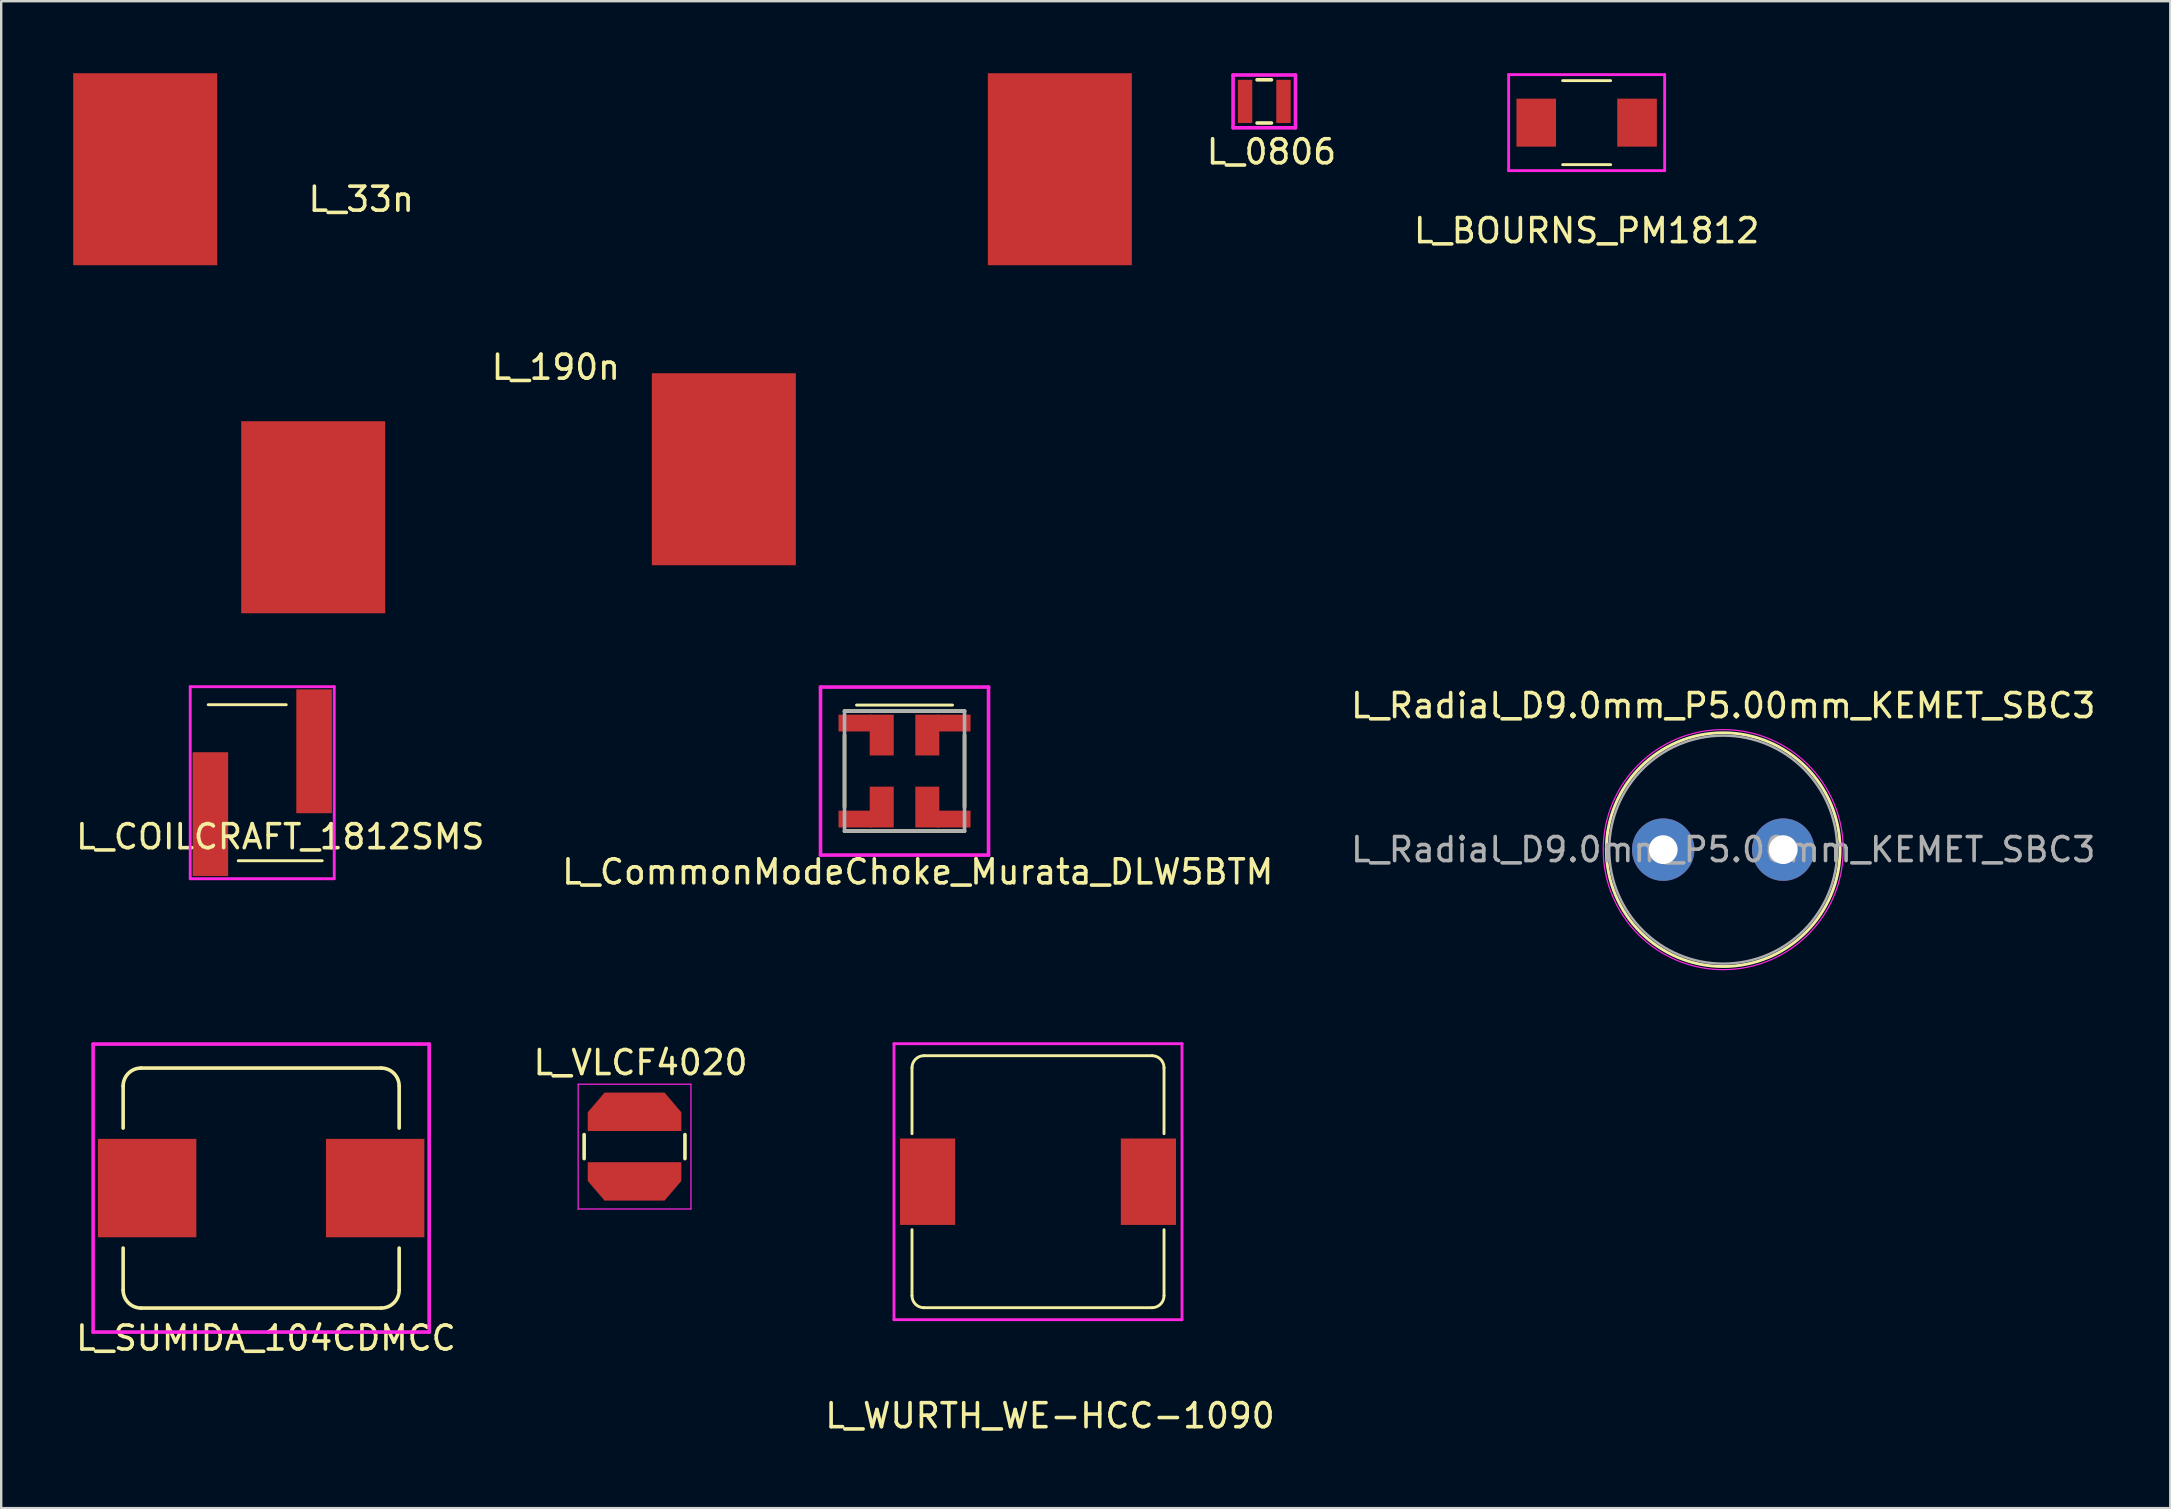
<source format=kicad_pcb>
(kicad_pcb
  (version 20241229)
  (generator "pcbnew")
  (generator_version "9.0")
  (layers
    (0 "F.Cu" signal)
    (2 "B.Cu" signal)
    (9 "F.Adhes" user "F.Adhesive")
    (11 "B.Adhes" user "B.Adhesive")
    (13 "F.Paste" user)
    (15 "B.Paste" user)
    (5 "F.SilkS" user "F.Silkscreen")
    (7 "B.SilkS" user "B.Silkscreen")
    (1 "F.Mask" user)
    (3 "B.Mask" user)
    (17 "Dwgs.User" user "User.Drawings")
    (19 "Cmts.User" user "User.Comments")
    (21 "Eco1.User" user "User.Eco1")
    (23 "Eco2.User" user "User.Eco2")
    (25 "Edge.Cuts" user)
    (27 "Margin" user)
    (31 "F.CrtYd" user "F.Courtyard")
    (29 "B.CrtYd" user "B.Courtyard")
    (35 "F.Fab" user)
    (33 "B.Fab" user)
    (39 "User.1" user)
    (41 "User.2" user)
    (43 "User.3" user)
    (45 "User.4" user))
  (footprint "L_Radial_D9.0mm_P5.00mm_KEMET_SBC3"
    (layer "F.Cu")
    (at 68.744 32.348)
    (property "Reference" "L_Radial_D9.0mm_P5.00mm_KEMET_SBC3" (at 0 -6 0) (layer "F.SilkS") (effects (font (size 1 1) (thickness 0.15))))
    (attr through_hole)
    (fp_circle (center 0 0) (end 4.87 0) (stroke (width 0.12) (type solid)) (fill no) (layer "F.SilkS"))
    (fp_circle (center 0 0) (end 5 0) (stroke (width 0.05) (type solid)) (fill no) (layer "F.CrtYd"))
    (fp_circle (center 0 0) (end 4.75 0) (stroke (width 0.1) (type solid)) (fill no) (layer "F.Fab"))
    (fp_text user "${REFERENCE}" (at 0 0 0) (layer "F.Fab") (effects (font (size 1 1) (thickness 0.15))))
    (pad "1" thru_hole circle (at -2.5 0) (size 2.6 2.6) (drill 1.2) (layers "*.Cu" "*.Mask"))
    (pad "2" thru_hole circle (at 2.5 0) (size 2.6 2.6) (drill 1.2) (layers "*.Cu" "*.Mask")))
  (footprint "L_SUMIDA_104CDMCC"
    (layer "F.Cu")
    (at 7.83 46.448)
    (property "Reference" "L_SUMIDA_104CDMCC" (at 0.2 6.25 0) (layer "F.SilkS") (effects (font (size 1 1) (thickness 0.15))))
    (attr through_hole)
    (fp_line (start -5.75 -4.25) (end -5.75 -2.5) (stroke (width 0.15) (type solid)) (layer "F.SilkS"))
    (fp_line (start -5.75 4.25) (end -5.75 2.5) (stroke (width 0.15) (type solid)) (layer "F.SilkS"))
    (fp_line (start -5 -5) (end 5 -5) (stroke (width 0.15) (type solid)) (layer "F.SilkS"))
    (fp_line (start 5 5) (end -5 5) (stroke (width 0.15) (type solid)) (layer "F.SilkS"))
    (fp_line (start 5.75 -4.25) (end 5.75 -2.5) (stroke (width 0.15) (type solid)) (layer "F.SilkS"))
    (fp_line (start 5.75 4.25) (end 5.75 2.5) (stroke (width 0.15) (type solid)) (layer "F.SilkS"))
    (fp_arc (start -5.75 -4.25) (mid -5.53033 -4.78033) (end -5 -5) (stroke (width 0.15) (type solid)) (layer "F.SilkS"))
    (fp_arc (start -5 5) (mid -5.53033 4.78033) (end -5.75 4.25) (stroke (width 0.15) (type solid)) (layer "F.SilkS"))
    (fp_arc (start 5 -5) (mid 5.53033 -4.78033) (end 5.75 -4.25) (stroke (width 0.15) (type solid)) (layer "F.SilkS"))
    (fp_arc (start 5.75 4.25) (mid 5.53033 4.78033) (end 5 5) (stroke (width 0.15) (type solid)) (layer "F.SilkS"))
    (fp_line (start -7 -6) (end -7 6) (stroke (width 0.15) (type solid)) (layer "F.CrtYd"))
    (fp_line (start -7 6) (end 7 6) (stroke (width 0.15) (type solid)) (layer "F.CrtYd"))
    (fp_line (start 7 -6) (end -7 -6) (stroke (width 0.15) (type solid)) (layer "F.CrtYd"))
    (fp_line (start 7 6) (end 7 -6) (stroke (width 0.15) (type solid)) (layer "F.CrtYd"))
    (pad "1" smd rect (at -4.75 0 180) (size 4.1 4.1) (layers "F.Cu" "F.Mask" "F.Paste"))
    (pad "2" smd rect (at 4.75 0 180) (size 4.1 4.1) (layers "F.Cu" "F.Mask" "F.Paste")))
  (footprint "L_33n"
    (layer "F.Cu")
    (at 6.5 11.25)
    (property "Reference" "L_33n" (at 5.5 -6 0) (layer "F.SilkS") (effects (font (size 1 1) (thickness 0.15))))
    (attr through_hole)
    (pad "1" smd rect (at -3.5 -7.25) (size 6 8) (layers "F.Cu" "F.Mask" "F.Paste"))
    (pad "2" smd rect (at 3.5 7.25) (size 6 8) (layers "F.Cu" "F.Mask" "F.Paste")))
  (footprint "L_COILCRAFT_1812SMS"
    (layer "F.Cu")
    (at 7.875 29.56)
    (property "Reference" "L_COILCRAFT_1812SMS" (at 0.75 2.25 0) (layer "F.SilkS") (effects (font (size 1 1) (thickness 0.15))))
    (attr through_hole)
    (fp_line (start -2.25 -3.25) (end 1 -3.25) (stroke (width 0.12) (type solid)) (layer "F.SilkS"))
    (fp_line (start 2.5 3.25) (end -1 3.25) (stroke (width 0.12) (type solid)) (layer "F.SilkS"))
    (fp_line (start -3 -4) (end 3 -4) (stroke (width 0.12) (type solid)) (layer "F.CrtYd"))
    (fp_line (start -3 4) (end -3 -4) (stroke (width 0.12) (type solid)) (layer "F.CrtYd"))
    (fp_line (start 3 -4) (end 3 4) (stroke (width 0.12) (type solid)) (layer "F.CrtYd"))
    (fp_line (start 3 4) (end -3 4) (stroke (width 0.12) (type solid)) (layer "F.CrtYd"))
    (pad "1" smd rect (at -2.16 1.31) (size 1.48 5.16) (layers "F.Cu" "F.Mask" "F.Paste"))
    (pad "2" smd rect (at 2.16 -1.31) (size 1.48 5.16) (layers "F.Cu" "F.Mask" "F.Paste")))
  (footprint "L_WURTH_WE-HCC-1090"
    (layer "F.Cu")
    (at 40.196 46.183)
    (property "Reference" "L_WURTH_WE-HCC-1090" (at 0.5 9.75 0) (layer "F.SilkS") (effects (font (size 1 1) (thickness 0.15))))
    (attr through_hole)
    (fp_line (start -5.25 -4.75) (end -5.25 -2) (stroke (width 0.12) (type solid)) (layer "F.SilkS"))
    (fp_line (start -5.25 2) (end -5.25 4.75) (stroke (width 0.12) (type solid)) (layer "F.SilkS"))
    (fp_line (start -4.75 -5.25) (end 4.75 -5.25) (stroke (width 0.12) (type solid)) (layer "F.SilkS"))
    (fp_line (start -4.75 5.25) (end 4.75 5.25) (stroke (width 0.12) (type solid)) (layer "F.SilkS"))
    (fp_line (start 5.25 -4.75) (end 5.25 -2) (stroke (width 0.12) (type solid)) (layer "F.SilkS"))
    (fp_line (start 5.25 2) (end 5.25 4.75) (stroke (width 0.12) (type solid)) (layer "F.SilkS"))
    (fp_arc (start -5.25 -4.75) (mid -5.103553 -5.103553) (end -4.75 -5.25) (stroke (width 0.12) (type solid)) (layer "F.SilkS"))
    (fp_arc (start -4.75 5.25) (mid -5.103553 5.103553) (end -5.25 4.75) (stroke (width 0.12) (type solid)) (layer "F.SilkS"))
    (fp_arc (start 4.75 -5.25) (mid 5.103553 -5.103553) (end 5.25 -4.75) (stroke (width 0.12) (type solid)) (layer "F.SilkS"))
    (fp_arc (start 5.25 4.75) (mid 5.103553 5.103553) (end 4.75 5.25) (stroke (width 0.12) (type solid)) (layer "F.SilkS"))
    (fp_line (start -6 -5.75) (end -6 5.75) (stroke (width 0.12) (type solid)) (layer "F.CrtYd"))
    (fp_line (start -6 5.75) (end 6 5.75) (stroke (width 0.12) (type solid)) (layer "F.CrtYd"))
    (fp_line (start 6 -5.75) (end -6 -5.75) (stroke (width 0.12) (type solid)) (layer "F.CrtYd"))
    (fp_line (start 6 5.75) (end 6 -5.75) (stroke (width 0.12) (type solid)) (layer "F.CrtYd"))
    (pad "1" smd rect (at -4.6 0) (size 2.3 3.6) (layers "F.Cu" "F.Mask" "F.Paste"))
    (pad "2" smd rect (at 4.6 0) (size 2.3 3.6) (layers "F.Cu" "F.Mask" "F.Paste")))
  (footprint "L_190n"
    (layer "F.Cu")
    (at 34.107 10.25)
    (property "Reference" "L_190n" (at -14 2 0) (layer "F.SilkS") (effects (font (size 1 1) (thickness 0.15))))
    (attr through_hole)
    (pad "1" smd rect (at 7 -6.25) (size 6 8) (layers "F.Cu" "F.Mask" "F.Paste"))
    (pad "2" smd rect (at -7 6.25) (size 6 8) (layers "F.Cu" "F.Mask" "F.Paste")))
  (footprint "L_BOURNS_PM1812"
    (layer "F.Cu")
    (at 63.054 2.06)
    (property "Reference" "L_BOURNS_PM1812" (at 0 4.5 0) (layer "F.SilkS") (effects (font (size 1 1) (thickness 0.15))))
    (attr through_hole)
    (fp_line (start -1 -1.75) (end 1 -1.75) (stroke (width 0.12) (type solid)) (layer "F.SilkS"))
    (fp_line (start -1 1.75) (end 1 1.75) (stroke (width 0.12) (type solid)) (layer "F.SilkS"))
    (fp_line (start -3.25 -2) (end -3.25 2) (stroke (width 0.12) (type solid)) (layer "F.CrtYd"))
    (fp_line (start -3.25 2) (end 3.25 2) (stroke (width 0.12) (type solid)) (layer "F.CrtYd"))
    (fp_line (start 3.25 -2) (end -3.25 -2) (stroke (width 0.12) (type solid)) (layer "F.CrtYd"))
    (fp_line (start 3.25 2) (end 3.25 -2) (stroke (width 0.12) (type solid)) (layer "F.CrtYd"))
    (pad "1" smd rect (at -2.1 0) (size 1.65 2) (layers "F.Cu" "F.Mask" "F.Paste"))
    (pad "2" smd rect (at 2.1 0) (size 1.65 2) (layers "F.Cu" "F.Mask" "F.Paste")))
  (footprint "L_VLCF4020"
    (layer "F.Cu")
    (at 23.387 44.721)
    (property "Reference" "L_VLCF4020" (at 0.25 -3.5 0) (layer "F.SilkS") (effects (font (size 1 1) (thickness 0.15))))
    (attr through_hole)
    (fp_line (start -2.1 -0.5) (end -2.1 0.5) (stroke (width 0.15) (type solid)) (layer "F.SilkS"))
    (fp_line (start 2.1 -0.5) (end 2.1 0.5) (stroke (width 0.15) (type solid)) (layer "F.SilkS"))
    (fp_line (start -2.35 -2.6) (end 2.35 -2.6) (stroke (width 0.05) (type solid)) (layer "F.CrtYd"))
    (fp_line (start -2.35 2.6) (end -2.35 -2.6) (stroke (width 0.05) (type solid)) (layer "F.CrtYd"))
    (fp_line (start 2.35 -2.6) (end 2.35 2.6) (stroke (width 0.05) (type solid)) (layer "F.CrtYd"))
    (fp_line (start 2.35 2.6) (end -2.35 2.6) (stroke (width 0.05) (type solid)) (layer "F.CrtYd"))
    (pad "1" smd custom (at 0 -1.45) (size 1 1) (layers "F.Cu" "F.Mask" "F.Paste") (options (anchor rect)) (primitives (gr_poly (pts (xy -1.95 0.8) (xy -1.95 0.02) (xy -1.25 -0.8) (xy 1.25 -0.8) (xy 1.95 0.02) (xy 1.95 0.8)) (width 0) (fill yes))))
    (pad "2" smd custom (at 0 1.45 180) (size 1 1) (layers "F.Cu" "F.Mask" "F.Paste") (options (anchor rect)) (primitives (gr_poly (pts (xy -1.95 0.8) (xy -1.95 0.02) (xy -1.25 -0.8) (xy 1.25 -0.8) (xy 1.95 0.02) (xy 1.95 0.8)) (width 0) (fill yes)))))
  (footprint "L_CommonModeChoke_Murata_DLW5BTM"
    (layer "F.Cu")
    (at 34.635 29.075)
    (property "Reference" "L_CommonModeChoke_Murata_DLW5BTM" (at 0.55 4.2 0) (layer "F.SilkS") (effects (font (size 1 1) (thickness 0.15))))
    (attr through_hole)
    (fp_line (start -2.5 -2.5) (end 2.5 -2.5) (stroke (width 0.15) (type solid)) (layer "F.SilkS"))
    (fp_line (start -2.5 -1.5) (end -2.5 1.5) (stroke (width 0.15) (type solid)) (layer "F.SilkS"))
    (fp_line (start -2.5 2.5) (end 2.5 2.5) (stroke (width 0.15) (type solid)) (layer "F.SilkS"))
    (fp_line (start -2 -2.75) (end 2 -2.75) (stroke (width 0.12) (type solid)) (layer "F.SilkS"))
    (fp_line (start 2.5 -1.5) (end 2.5 1.5) (stroke (width 0.15) (type solid)) (layer "F.SilkS"))
    (fp_line (start -3.5 -3.5) (end -3.5 3.5) (stroke (width 0.15) (type solid)) (layer "F.CrtYd"))
    (fp_line (start -3.5 3.5) (end 3.5 3.5) (stroke (width 0.15) (type solid)) (layer "F.CrtYd"))
    (fp_line (start 3.5 -3.5) (end -3.5 -3.5) (stroke (width 0.15) (type solid)) (layer "F.CrtYd"))
    (fp_line (start 3.5 3.5) (end 3.5 -3.5) (stroke (width 0.15) (type solid)) (layer "F.CrtYd"))
    (fp_line (start -2.5 -2.5) (end 2.5 -2.5) (stroke (width 0.15) (type solid)) (layer "F.Fab"))
    (fp_line (start -2.5 2.5) (end -2.5 -2.5) (stroke (width 0.15) (type solid)) (layer "F.Fab"))
    (fp_line (start 2.5 -2.5) (end 2.5 2.5) (stroke (width 0.15) (type solid)) (layer "F.Fab"))
    (fp_line (start 2.5 2.5) (end -2.5 2.5) (stroke (width 0.15) (type solid)) (layer "F.Fab"))
    (pad "1" smd rect (at -2.05 -2) (size 1.4 0.7) (layers "F.Cu" "F.Mask" "F.Paste"))
    (pad "1" smd rect (at -0.95 -1.5) (size 1 1.7) (layers "F.Cu" "F.Mask" "F.Paste"))
    (pad "2" smd rect (at 0.95 -1.5) (size 1 1.7) (layers "F.Cu" "F.Mask" "F.Paste"))
    (pad "2" smd rect (at 2.05 -2) (size 1.4 0.7) (layers "F.Cu" "F.Mask" "F.Paste"))
    (pad "3" smd rect (at -2.05 2) (size 1.4 0.7) (layers "F.Cu" "F.Mask" "F.Paste"))
    (pad "3" smd rect (at -0.95 1.5) (size 1 1.7) (layers "F.Cu" "F.Mask" "F.Paste"))
    (pad "4" smd rect (at 0.95 1.5) (size 1 1.7) (layers "F.Cu" "F.Mask" "F.Paste"))
    (pad "4" smd rect (at 2.05 2) (size 1.4 0.7) (layers "F.Cu" "F.Mask" "F.Paste")))
  (footprint "L_0806"
    (layer "F.Cu")
    (at 49.623 1.175)
    (property "Reference" "L_0806" (at 0.3 2.1 0) (layer "F.SilkS") (effects (font (size 1 1) (thickness 0.15))))
    (attr through_hole)
    (fp_line (start -0.3 -0.9) (end 0.3 -0.9) (stroke (width 0.15) (type solid)) (layer "F.SilkS"))
    (fp_line (start -0.3 0.9) (end 0.3 0.9) (stroke (width 0.15) (type solid)) (layer "F.SilkS"))
    (fp_line (start -1.3 -1.1) (end 1.3 -1.1) (stroke (width 0.15) (type solid)) (layer "F.CrtYd"))
    (fp_line (start -1.3 1.1) (end -1.3 -1.1) (stroke (width 0.15) (type solid)) (layer "F.CrtYd"))
    (fp_line (start 1.3 -1.1) (end 1.3 1.1) (stroke (width 0.15) (type solid)) (layer "F.CrtYd"))
    (fp_line (start 1.3 1.1) (end -1.3 1.1) (stroke (width 0.15) (type solid)) (layer "F.CrtYd"))
    (pad "1" smd rect (at -0.8 0) (size 0.6 1.8) (layers "F.Cu" "F.Mask" "F.Paste"))
    (pad "2" smd rect (at 0.8 0) (size 0.6 1.8) (layers "F.Cu" "F.Mask" "F.Paste")))
  (gr_rect
    (start -3 -3)
    (end 87.369 59.782)
    (stroke (width 0.1) (type default))
    (fill no)
    (layer "Edge.Cuts")))
</source>
